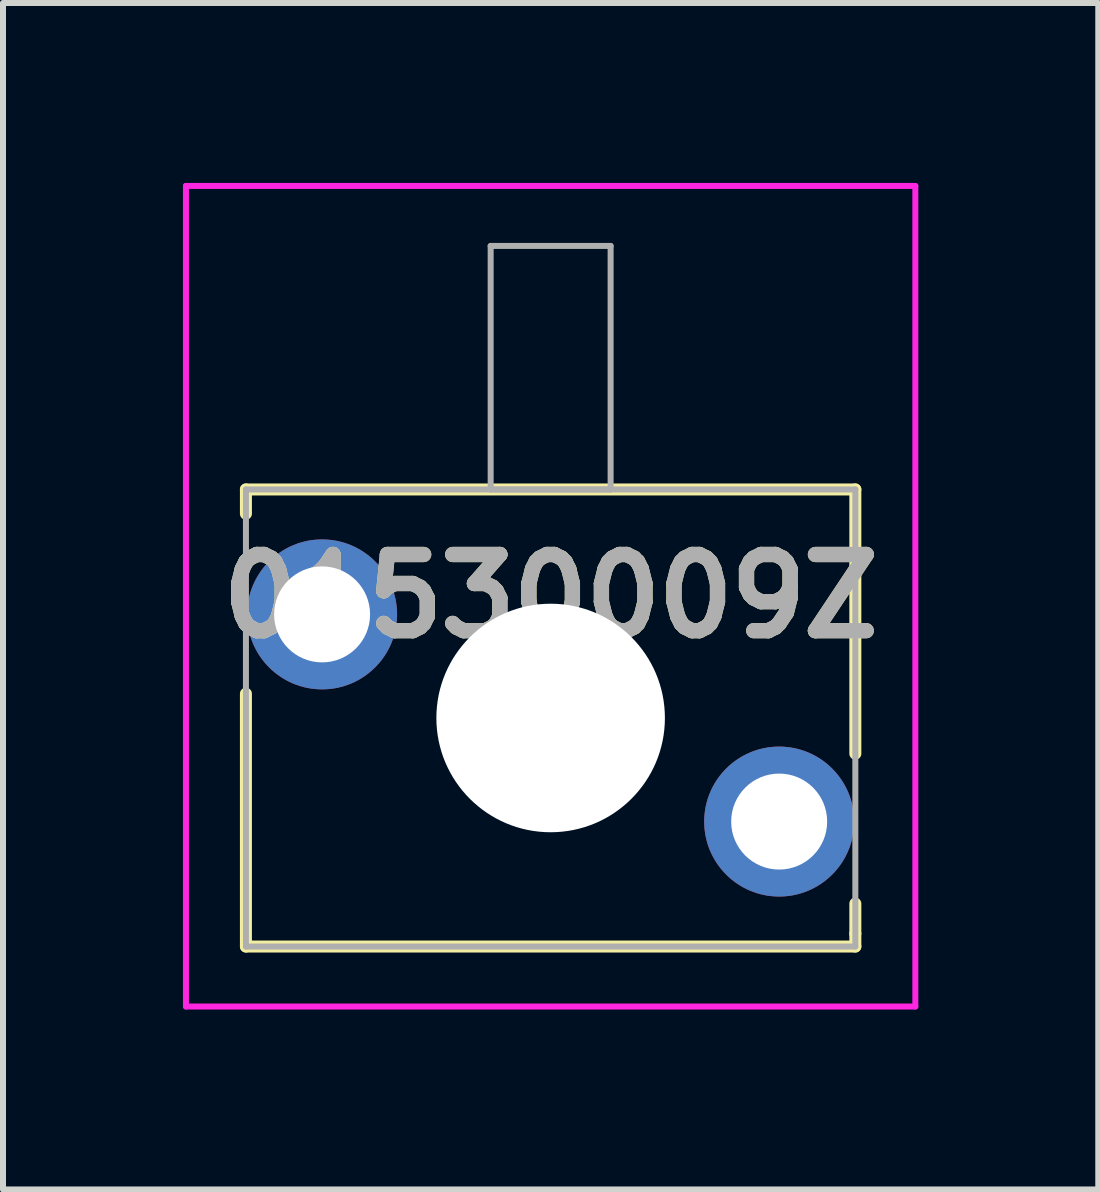
<source format=kicad_pcb>
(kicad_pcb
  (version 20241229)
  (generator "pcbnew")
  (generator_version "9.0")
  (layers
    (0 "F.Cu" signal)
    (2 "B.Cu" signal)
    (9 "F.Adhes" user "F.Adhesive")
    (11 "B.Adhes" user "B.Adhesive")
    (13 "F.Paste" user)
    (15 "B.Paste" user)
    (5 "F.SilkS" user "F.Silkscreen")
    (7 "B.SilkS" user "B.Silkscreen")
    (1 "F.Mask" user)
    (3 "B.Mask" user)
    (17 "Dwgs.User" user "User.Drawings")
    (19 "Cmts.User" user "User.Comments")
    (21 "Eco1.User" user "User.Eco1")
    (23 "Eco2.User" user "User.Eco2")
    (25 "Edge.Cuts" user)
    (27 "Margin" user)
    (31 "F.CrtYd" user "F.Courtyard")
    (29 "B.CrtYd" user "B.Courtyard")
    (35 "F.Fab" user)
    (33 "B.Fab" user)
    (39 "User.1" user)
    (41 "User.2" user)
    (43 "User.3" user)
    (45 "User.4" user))
  (footprint "01530009Z"
    (layer "F.Cu")
    (at 2.32 7.193)
    (property "Reference" "01530009Z" (at 3.81 -0.303 0) (layer "F.SilkS") (effects (font (size 1.27 1.27) (thickness 0.254))))
    (attr through_hole)
    (fp_line (start -1.27 -2.083) (end 8.89 -2.083) (stroke (width 0.2) (type solid)) (layer "F.SilkS"))
    (fp_line (start -1.27 -1.678) (end -1.27 -2.083) (stroke (width 0.2) (type solid)) (layer "F.SilkS"))
    (fp_line (start -1.27 5.537) (end -1.27 1.322) (stroke (width 0.2) (type solid)) (layer "F.SilkS"))
    (fp_line (start 8.89 -2.083) (end 8.89 2.322) (stroke (width 0.2) (type solid)) (layer "F.SilkS"))
    (fp_line (start 8.89 4.822) (end 8.89 5.322) (stroke (width 0.2) (type solid)) (layer "F.SilkS"))
    (fp_line (start 8.89 5.322) (end 8.89 5.537) (stroke (width 0.2) (type solid)) (layer "F.SilkS"))
    (fp_line (start 8.89 5.537) (end -1.27 5.537) (stroke (width 0.2) (type solid)) (layer "F.SilkS"))
    (fp_line (start -2.27 -7.143) (end 9.89 -7.143) (stroke (width 0.1) (type solid)) (layer "F.CrtYd"))
    (fp_line (start -2.27 6.537) (end -2.27 -7.143) (stroke (width 0.1) (type solid)) (layer "F.CrtYd"))
    (fp_line (start 9.89 -7.143) (end 9.89 6.537) (stroke (width 0.1) (type solid)) (layer "F.CrtYd"))
    (fp_line (start 9.89 6.537) (end -2.27 6.537) (stroke (width 0.1) (type solid)) (layer "F.CrtYd"))
    (fp_line (start -1.27 -2.083) (end 8.89 -2.083) (stroke (width 0.1) (type solid)) (layer "F.Fab"))
    (fp_line (start -1.27 5.537) (end -1.27 -2.083) (stroke (width 0.1) (type solid)) (layer "F.Fab"))
    (fp_line (start 2.81 -6.143) (end 2.81 -2.083) (stroke (width 0.1) (type solid)) (layer "F.Fab"))
    (fp_line (start 2.81 -2.083) (end 4.81 -2.083) (stroke (width 0.1) (type solid)) (layer "F.Fab"))
    (fp_line (start 4.81 -6.143) (end 2.81 -6.143) (stroke (width 0.1) (type solid)) (layer "F.Fab"))
    (fp_line (start 4.81 -2.083) (end 4.81 -6.143) (stroke (width 0.1) (type solid)) (layer "F.Fab"))
    (fp_line (start 8.89 -2.083) (end 8.89 5.537) (stroke (width 0.1) (type solid)) (layer "F.Fab"))
    (fp_line (start 8.89 5.537) (end -1.27 5.537) (stroke (width 0.1) (type solid)) (layer "F.Fab"))
    (fp_text user "${REFERENCE}" (at 3.81 -0.303 0) (layer "F.Fab") (effects (font (size 1.27 1.27) (thickness 0.254))))
    (pad "" np_thru_hole circle (at 3.81 1.727) (size 3.81 3.81) (drill 3.81) (layers "*.Cu" "*.Mask"))
    (pad "1" thru_hole circle (at 0 0) (size 2.5 2.5) (drill 1.6) (layers "*.Cu" "*.Mask"))
    (pad "2" thru_hole circle (at 7.62 3.454) (size 2.5 2.5) (drill 1.6) (layers "*.Cu" "*.Mask")))
  (gr_rect
    (start -3 -3)
    (end 15.26 16.78)
    (stroke (width 0.1) (type default))
    (fill no)
    (layer "Edge.Cuts")))
</source>
